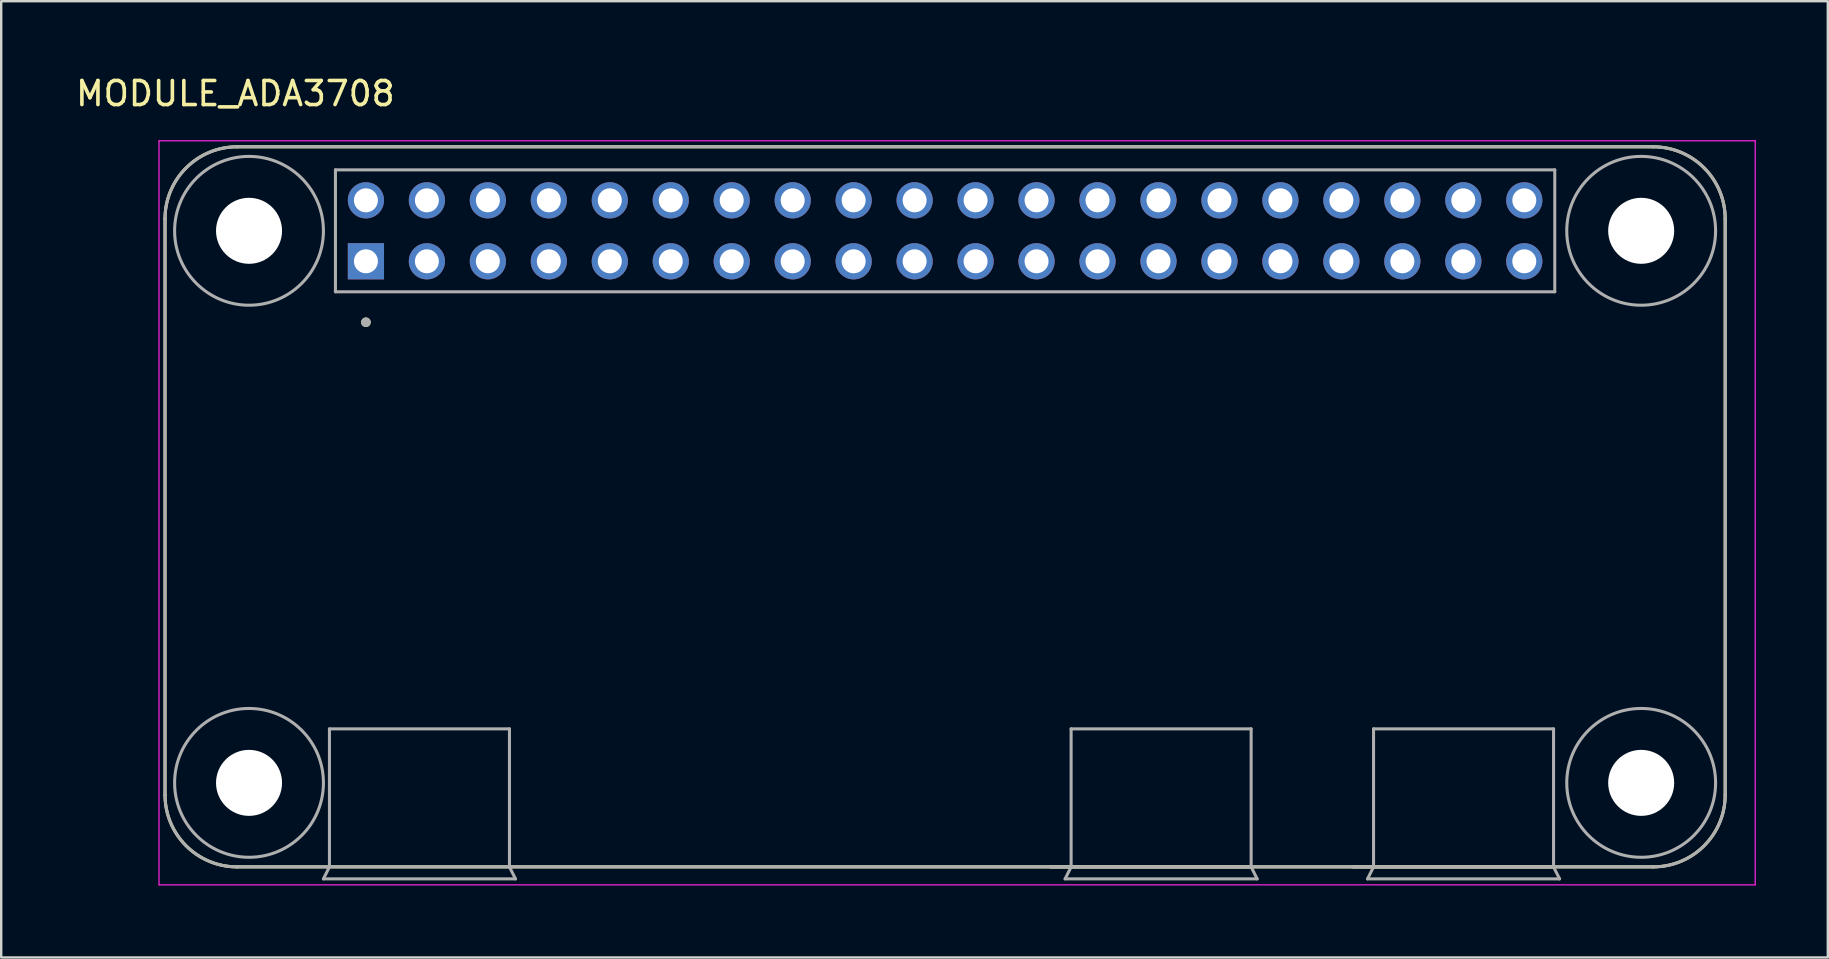
<source format=kicad_pcb>
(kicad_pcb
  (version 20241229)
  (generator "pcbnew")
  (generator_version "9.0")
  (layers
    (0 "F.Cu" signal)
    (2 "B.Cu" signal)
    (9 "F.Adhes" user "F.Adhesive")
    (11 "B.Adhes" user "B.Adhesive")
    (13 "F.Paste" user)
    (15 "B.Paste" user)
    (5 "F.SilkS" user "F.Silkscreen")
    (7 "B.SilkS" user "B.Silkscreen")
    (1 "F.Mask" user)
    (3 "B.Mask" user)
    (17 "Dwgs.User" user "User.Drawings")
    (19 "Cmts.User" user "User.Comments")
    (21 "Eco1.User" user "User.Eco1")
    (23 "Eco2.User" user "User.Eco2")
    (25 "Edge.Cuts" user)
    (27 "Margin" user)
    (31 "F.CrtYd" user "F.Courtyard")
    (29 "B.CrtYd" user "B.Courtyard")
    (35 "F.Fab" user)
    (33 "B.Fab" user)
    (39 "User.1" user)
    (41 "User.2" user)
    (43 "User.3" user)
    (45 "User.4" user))
  (footprint "MODULE_ADA3708"
    (layer "F.Cu")
    (at 36.325 18.066)
    (property "Reference" "MODULE_ADA3708" (at -29.569 -17.216 0) (layer "F.SilkS") (effects (font (size 1.002 1.002) (thickness 0.15))))
    (attr through_hole)
    (fp_line (start -32.5 -12) (end -32.5 12) (stroke (width 0.127) (type solid)) (layer "F.SilkS"))
    (fp_line (start -29.5 15) (end 29.5 15) (stroke (width 0.127) (type solid)) (layer "F.SilkS"))
    (fp_line (start 4.4 15) (end 12.75 15) (stroke (width 0.127) (type solid)) (layer "F.SilkS"))
    (fp_line (start 17 15) (end 25.35 15) (stroke (width 0.127) (type solid)) (layer "F.SilkS"))
    (fp_line (start 29.5 -15) (end -29.5 -15) (stroke (width 0.127) (type solid)) (layer "F.SilkS"))
    (fp_line (start 32.5 12) (end 32.5 -12) (stroke (width 0.127) (type solid)) (layer "F.SilkS"))
    (fp_arc (start -32.5 -12) (mid -31.62132 -14.12132) (end -29.5 -15) (stroke (width 0.127) (type solid)) (layer "F.SilkS"))
    (fp_arc (start -29.5 15) (mid -31.62132 14.12132) (end -32.5 12) (stroke (width 0.127) (type solid)) (layer "F.SilkS"))
    (fp_arc (start 29.5 -15) (mid 31.62132 -14.12132) (end 32.5 -12) (stroke (width 0.127) (type solid)) (layer "F.SilkS"))
    (fp_arc (start 32.5 12) (mid 31.62132 14.12132) (end 29.5 15) (stroke (width 0.127) (type solid)) (layer "F.SilkS"))
    (fp_circle (center -24.13 -7.69) (end -24.03 -7.69) (stroke (width 0.2) (type solid)) (fill no) (layer "F.SilkS"))
    (fp_line (start -32.75 -15.25) (end 33.75 -15.25) (stroke (width 0.05) (type solid)) (layer "F.CrtYd"))
    (fp_line (start -32.75 15.75) (end -32.75 -15.25) (stroke (width 0.05) (type solid)) (layer "F.CrtYd"))
    (fp_line (start 33.75 -15.25) (end 33.75 15.75) (stroke (width 0.05) (type solid)) (layer "F.CrtYd"))
    (fp_line (start 33.75 15.75) (end -32.75 15.75) (stroke (width 0.05) (type solid)) (layer "F.CrtYd"))
    (fp_line (start -32.5 -12) (end -32.5 12) (stroke (width 0.127) (type solid)) (layer "F.Fab"))
    (fp_line (start -29.5 15) (end -25.65 15) (stroke (width 0.127) (type solid)) (layer "F.Fab"))
    (fp_line (start -25.9 15.5) (end -17.9 15.5) (stroke (width 0.127) (type solid)) (layer "F.Fab"))
    (fp_line (start -25.65 9.25) (end -18.15 9.25) (stroke (width 0.127) (type solid)) (layer "F.Fab"))
    (fp_line (start -25.65 15) (end -25.9 15.5) (stroke (width 0.127) (type solid)) (layer "F.Fab"))
    (fp_line (start -25.65 15) (end -25.65 9.25) (stroke (width 0.127) (type solid)) (layer "F.Fab"))
    (fp_line (start -25.65 15) (end -18.15 15) (stroke (width 0.127) (type solid)) (layer "F.Fab"))
    (fp_line (start -25.4 -14.04) (end -25.4 -8.96) (stroke (width 0.127) (type solid)) (layer "F.Fab"))
    (fp_line (start -25.4 -8.96) (end 25.4 -8.96) (stroke (width 0.127) (type solid)) (layer "F.Fab"))
    (fp_line (start -18.15 9.25) (end -18.15 15) (stroke (width 0.127) (type solid)) (layer "F.Fab"))
    (fp_line (start -18.15 15) (end 29.5 15) (stroke (width 0.127) (type solid)) (layer "F.Fab"))
    (fp_line (start -17.9 15.5) (end -18.15 15) (stroke (width 0.127) (type solid)) (layer "F.Fab"))
    (fp_line (start 4.4 15) (end 5.25 15) (stroke (width 0.127) (type solid)) (layer "F.Fab"))
    (fp_line (start 5 15.5) (end 13 15.5) (stroke (width 0.127) (type solid)) (layer "F.Fab"))
    (fp_line (start 5.25 9.25) (end 12.75 9.25) (stroke (width 0.127) (type solid)) (layer "F.Fab"))
    (fp_line (start 5.25 15) (end 5 15.5) (stroke (width 0.127) (type solid)) (layer "F.Fab"))
    (fp_line (start 5.25 15) (end 5.25 9.25) (stroke (width 0.127) (type solid)) (layer "F.Fab"))
    (fp_line (start 5.25 15) (end 12.75 15) (stroke (width 0.127) (type solid)) (layer "F.Fab"))
    (fp_line (start 12.75 9.25) (end 12.75 15) (stroke (width 0.127) (type solid)) (layer "F.Fab"))
    (fp_line (start 13 15.5) (end 12.75 15) (stroke (width 0.127) (type solid)) (layer "F.Fab"))
    (fp_line (start 17 15) (end 17.85 15) (stroke (width 0.127) (type solid)) (layer "F.Fab"))
    (fp_line (start 17.6 15.5) (end 25.6 15.5) (stroke (width 0.127) (type solid)) (layer "F.Fab"))
    (fp_line (start 17.85 9.25) (end 25.35 9.25) (stroke (width 0.127) (type solid)) (layer "F.Fab"))
    (fp_line (start 17.85 15) (end 17.6 15.5) (stroke (width 0.127) (type solid)) (layer "F.Fab"))
    (fp_line (start 17.85 15) (end 17.85 9.25) (stroke (width 0.127) (type solid)) (layer "F.Fab"))
    (fp_line (start 17.85 15) (end 25.35 15) (stroke (width 0.127) (type solid)) (layer "F.Fab"))
    (fp_line (start 25.35 9.25) (end 25.35 15) (stroke (width 0.127) (type solid)) (layer "F.Fab"))
    (fp_line (start 25.4 -14.04) (end -25.4 -14.04) (stroke (width 0.127) (type solid)) (layer "F.Fab"))
    (fp_line (start 25.4 -8.96) (end 25.4 -14.04) (stroke (width 0.127) (type solid)) (layer "F.Fab"))
    (fp_line (start 25.6 15.5) (end 25.35 15) (stroke (width 0.127) (type solid)) (layer "F.Fab"))
    (fp_line (start 29.5 -15) (end -29.5 -15) (stroke (width 0.127) (type solid)) (layer "F.Fab"))
    (fp_line (start 32.5 12) (end 32.5 -12) (stroke (width 0.127) (type solid)) (layer "F.Fab"))
    (fp_arc (start -32.5 -12) (mid -31.62132 -14.12132) (end -29.5 -15) (stroke (width 0.127) (type solid)) (layer "F.Fab"))
    (fp_arc (start -29.5 15) (mid -31.62132 14.12132) (end -32.5 12) (stroke (width 0.127) (type solid)) (layer "F.Fab"))
    (fp_arc (start 29.5 -15) (mid 31.62132 -14.12132) (end 32.5 -12) (stroke (width 0.127) (type solid)) (layer "F.Fab"))
    (fp_arc (start 32.5 12) (mid 31.62132 14.12132) (end 29.5 15) (stroke (width 0.127) (type solid)) (layer "F.Fab"))
    (fp_circle (center -29 -11.5) (end -25.9 -11.5) (stroke (width 0.127) (type solid)) (fill no) (layer "F.Fab"))
    (fp_circle (center -29 11.5) (end -25.9 11.5) (stroke (width 0.127) (type solid)) (fill no) (layer "F.Fab"))
    (fp_circle (center -24.13 -7.69) (end -24.03 -7.69) (stroke (width 0.2) (type solid)) (fill no) (layer "F.Fab"))
    (fp_circle (center 29 -11.5) (end 32.1 -11.5) (stroke (width 0.127) (type solid)) (fill no) (layer "F.Fab"))
    (fp_circle (center 29 11.5) (end 32.1 11.5) (stroke (width 0.127) (type solid)) (fill no) (layer "F.Fab"))
    (pad "" np_thru_hole circle (at -29 -11.5) (size 2.75 2.75) (drill 2.75) (layers "*.Cu" "*.Mask"))
    (pad "" np_thru_hole circle (at -29 11.5) (size 2.75 2.75) (drill 2.75) (layers "*.Cu" "*.Mask"))
    (pad "" np_thru_hole circle (at 29 -11.5) (size 2.75 2.75) (drill 2.75) (layers "*.Cu" "*.Mask"))
    (pad "" np_thru_hole circle (at 29 11.5) (size 2.75 2.75) (drill 2.75) (layers "*.Cu" "*.Mask"))
    (pad "1" thru_hole rect (at -24.13 -10.23) (size 1.508 1.508) (drill 1) (layers "*.Cu" "*.Mask"))
    (pad "2" thru_hole circle (at -24.13 -12.77) (size 1.508 1.508) (drill 1) (layers "*.Cu" "*.Mask"))
    (pad "3" thru_hole circle (at -21.59 -10.23) (size 1.508 1.508) (drill 1) (layers "*.Cu" "*.Mask"))
    (pad "4" thru_hole circle (at -21.59 -12.77) (size 1.508 1.508) (drill 1) (layers "*.Cu" "*.Mask"))
    (pad "5" thru_hole circle (at -19.05 -10.23) (size 1.508 1.508) (drill 1) (layers "*.Cu" "*.Mask"))
    (pad "6" thru_hole circle (at -19.05 -12.77) (size 1.508 1.508) (drill 1) (layers "*.Cu" "*.Mask"))
    (pad "7" thru_hole circle (at -16.51 -10.23) (size 1.508 1.508) (drill 1) (layers "*.Cu" "*.Mask"))
    (pad "8" thru_hole circle (at -16.51 -12.77) (size 1.508 1.508) (drill 1) (layers "*.Cu" "*.Mask"))
    (pad "9" thru_hole circle (at -13.97 -10.23) (size 1.508 1.508) (drill 1) (layers "*.Cu" "*.Mask"))
    (pad "10" thru_hole circle (at -13.97 -12.77) (size 1.508 1.508) (drill 1) (layers "*.Cu" "*.Mask"))
    (pad "11" thru_hole circle (at -11.43 -10.23) (size 1.508 1.508) (drill 1) (layers "*.Cu" "*.Mask"))
    (pad "12" thru_hole circle (at -11.43 -12.77) (size 1.508 1.508) (drill 1) (layers "*.Cu" "*.Mask"))
    (pad "13" thru_hole circle (at -8.89 -10.23) (size 1.508 1.508) (drill 1) (layers "*.Cu" "*.Mask"))
    (pad "14" thru_hole circle (at -8.89 -12.77) (size 1.508 1.508) (drill 1) (layers "*.Cu" "*.Mask"))
    (pad "15" thru_hole circle (at -6.35 -10.23) (size 1.508 1.508) (drill 1) (layers "*.Cu" "*.Mask"))
    (pad "16" thru_hole circle (at -6.35 -12.77) (size 1.508 1.508) (drill 1) (layers "*.Cu" "*.Mask"))
    (pad "17" thru_hole circle (at -3.81 -10.23) (size 1.508 1.508) (drill 1) (layers "*.Cu" "*.Mask"))
    (pad "18" thru_hole circle (at -3.81 -12.77) (size 1.508 1.508) (drill 1) (layers "*.Cu" "*.Mask"))
    (pad "19" thru_hole circle (at -1.27 -10.23) (size 1.508 1.508) (drill 1) (layers "*.Cu" "*.Mask"))
    (pad "20" thru_hole circle (at -1.27 -12.77) (size 1.508 1.508) (drill 1) (layers "*.Cu" "*.Mask"))
    (pad "21" thru_hole circle (at 1.27 -10.23) (size 1.508 1.508) (drill 1) (layers "*.Cu" "*.Mask"))
    (pad "22" thru_hole circle (at 1.27 -12.77) (size 1.508 1.508) (drill 1) (layers "*.Cu" "*.Mask"))
    (pad "23" thru_hole circle (at 3.81 -10.23) (size 1.508 1.508) (drill 1) (layers "*.Cu" "*.Mask"))
    (pad "24" thru_hole circle (at 3.81 -12.77) (size 1.508 1.508) (drill 1) (layers "*.Cu" "*.Mask"))
    (pad "25" thru_hole circle (at 6.35 -10.23) (size 1.508 1.508) (drill 1) (layers "*.Cu" "*.Mask"))
    (pad "26" thru_hole circle (at 6.35 -12.77) (size 1.508 1.508) (drill 1) (layers "*.Cu" "*.Mask"))
    (pad "27" thru_hole circle (at 8.89 -10.23) (size 1.508 1.508) (drill 1) (layers "*.Cu" "*.Mask"))
    (pad "28" thru_hole circle (at 8.89 -12.77) (size 1.508 1.508) (drill 1) (layers "*.Cu" "*.Mask"))
    (pad "29" thru_hole circle (at 11.43 -10.23) (size 1.508 1.508) (drill 1) (layers "*.Cu" "*.Mask"))
    (pad "30" thru_hole circle (at 11.43 -12.77) (size 1.508 1.508) (drill 1) (layers "*.Cu" "*.Mask"))
    (pad "31" thru_hole circle (at 13.97 -10.23) (size 1.508 1.508) (drill 1) (layers "*.Cu" "*.Mask"))
    (pad "32" thru_hole circle (at 13.97 -12.77) (size 1.508 1.508) (drill 1) (layers "*.Cu" "*.Mask"))
    (pad "33" thru_hole circle (at 16.51 -10.23) (size 1.508 1.508) (drill 1) (layers "*.Cu" "*.Mask"))
    (pad "34" thru_hole circle (at 16.51 -12.77) (size 1.508 1.508) (drill 1) (layers "*.Cu" "*.Mask"))
    (pad "35" thru_hole circle (at 19.05 -10.23) (size 1.508 1.508) (drill 1) (layers "*.Cu" "*.Mask"))
    (pad "36" thru_hole circle (at 19.05 -12.77) (size 1.508 1.508) (drill 1) (layers "*.Cu" "*.Mask"))
    (pad "37" thru_hole circle (at 21.59 -10.23) (size 1.508 1.508) (drill 1) (layers "*.Cu" "*.Mask"))
    (pad "38" thru_hole circle (at 21.59 -12.77) (size 1.508 1.508) (drill 1) (layers "*.Cu" "*.Mask"))
    (pad "39" thru_hole circle (at 24.13 -10.23) (size 1.508 1.508) (drill 1) (layers "*.Cu" "*.Mask"))
    (pad "40" thru_hole circle (at 24.13 -12.77) (size 1.508 1.508) (drill 1) (layers "*.Cu" "*.Mask")))
  (gr_rect
    (start -3 -3)
    (end 73.1 36.841)
    (stroke (width 0.1) (type default))
    (fill no)
    (layer "Edge.Cuts")))
</source>
